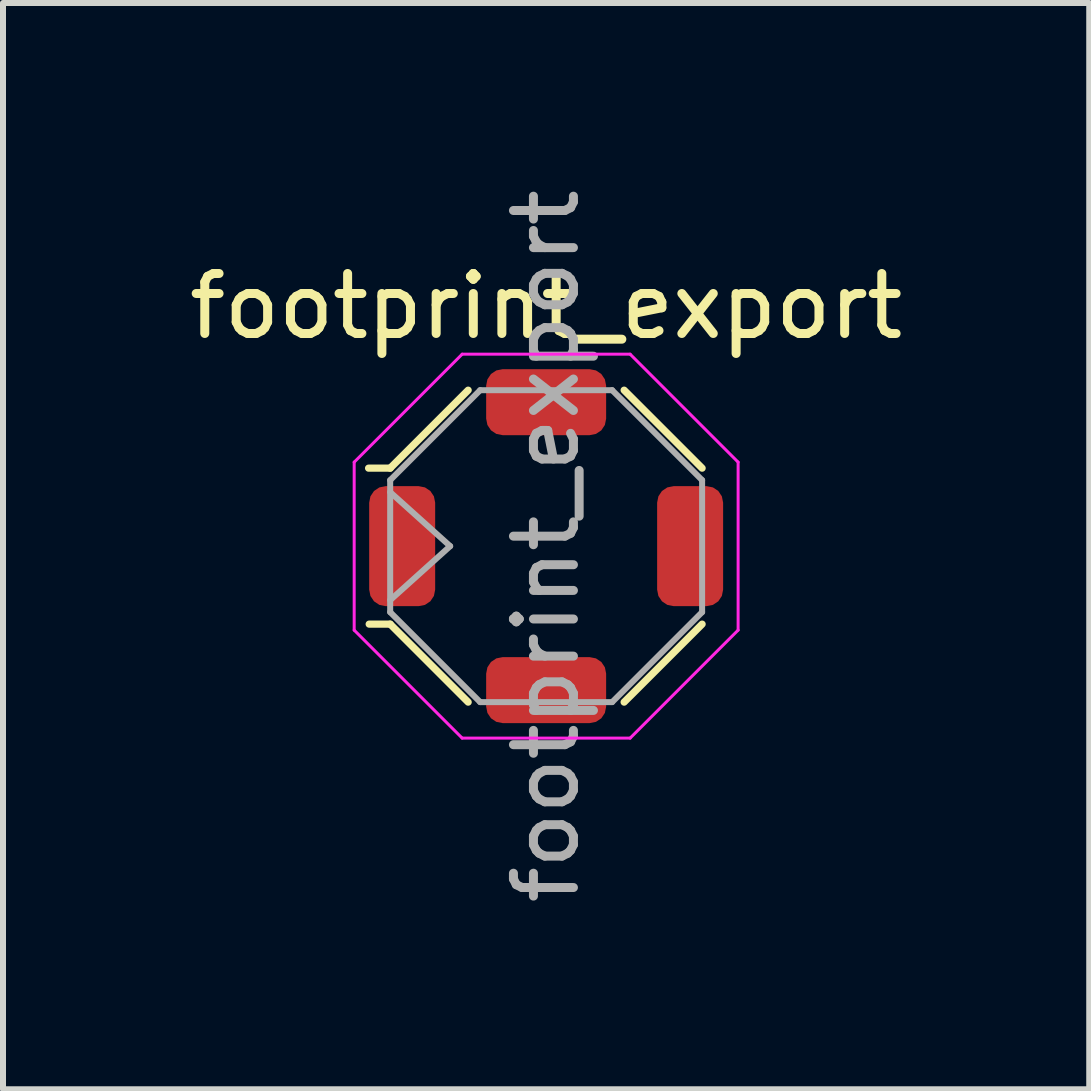
<source format=kicad_pcb>
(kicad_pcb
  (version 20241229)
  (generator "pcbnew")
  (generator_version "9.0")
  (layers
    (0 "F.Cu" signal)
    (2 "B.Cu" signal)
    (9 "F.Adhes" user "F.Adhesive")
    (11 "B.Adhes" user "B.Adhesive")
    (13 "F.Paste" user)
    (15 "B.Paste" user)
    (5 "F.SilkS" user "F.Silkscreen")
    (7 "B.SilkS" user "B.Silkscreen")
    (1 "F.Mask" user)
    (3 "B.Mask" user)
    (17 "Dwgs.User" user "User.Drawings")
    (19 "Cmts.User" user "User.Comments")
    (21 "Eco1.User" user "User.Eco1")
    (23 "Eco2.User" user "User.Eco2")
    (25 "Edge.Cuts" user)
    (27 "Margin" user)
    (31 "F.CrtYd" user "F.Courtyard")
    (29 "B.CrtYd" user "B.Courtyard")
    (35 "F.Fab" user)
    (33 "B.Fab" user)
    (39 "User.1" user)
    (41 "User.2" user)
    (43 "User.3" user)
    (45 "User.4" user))
  (footprint "footprint_export"
    (layer "F.Cu")
    (at 6.054 6.054)
    (property "Reference" "footprint_export" (at 0 -4 0) (unlocked yes) (layer "F.SilkS") (effects (font (size 1 1) (thickness 0.15))))
    (attr smd)
    (fp_line (start -2.6 -1.3) (end -2.96 -1.3) (stroke (width 0.12) (type solid)) (layer "F.SilkS"))
    (fp_line (start -2.6 -1.3) (end -1.3 -2.6) (stroke (width 0.12) (type solid)) (layer "F.SilkS"))
    (fp_line (start -2.6 1.3) (end -2.95 1.3) (stroke (width 0.12) (type solid)) (layer "F.SilkS"))
    (fp_line (start -1.3 2.6) (end -2.6 1.3) (stroke (width 0.12) (type solid)) (layer "F.SilkS"))
    (fp_line (start 1.3 -2.6) (end 2.6 -1.3) (stroke (width 0.12) (type solid)) (layer "F.SilkS"))
    (fp_line (start 1.3 2.6) (end 2.6 1.3) (stroke (width 0.12) (type solid)) (layer "F.SilkS"))
    (fp_line (start -3.2 1.4) (end -3.2 -1.4) (stroke (width 0.05) (type solid)) (layer "F.CrtYd"))
    (fp_line (start -3.2 1.4) (end -1.4 3.2) (stroke (width 0.05) (type solid)) (layer "F.CrtYd"))
    (fp_line (start -1.4 -3.2) (end -3.2 -1.4) (stroke (width 0.05) (type solid)) (layer "F.CrtYd"))
    (fp_line (start -1.4 -3.2) (end 1.4 -3.2) (stroke (width 0.05) (type solid)) (layer "F.CrtYd"))
    (fp_line (start 1.4 -3.2) (end 3.2 -1.4) (stroke (width 0.05) (type solid)) (layer "F.CrtYd"))
    (fp_line (start 1.4 3.2) (end -1.4 3.2) (stroke (width 0.05) (type solid)) (layer "F.CrtYd"))
    (fp_line (start 1.4 3.2) (end 3.2 1.4) (stroke (width 0.05) (type solid)) (layer "F.CrtYd"))
    (fp_line (start 3.2 -1.4) (end 3.2 1.4) (stroke (width 0.05) (type solid)) (layer "F.CrtYd"))
    (fp_line (start -2.6 -1.1) (end -1.1 -2.6) (stroke (width 0.1) (type solid)) (layer "F.Fab"))
    (fp_line (start -2.6 -0.9) (end -1.6 0) (stroke (width 0.1) (type solid)) (layer "F.Fab"))
    (fp_line (start -2.6 1.1) (end -2.6 -1.1) (stroke (width 0.1) (type solid)) (layer "F.Fab"))
    (fp_line (start -1.6 0) (end -2.6 0.9) (stroke (width 0.1) (type solid)) (layer "F.Fab"))
    (fp_line (start -1.1 -2.6) (end 1.1 -2.6) (stroke (width 0.1) (type solid)) (layer "F.Fab"))
    (fp_line (start -1.1 2.6) (end -2.6 1.1) (stroke (width 0.1) (type solid)) (layer "F.Fab"))
    (fp_line (start 1.1 -2.6) (end 2.6 -1.1) (stroke (width 0.1) (type solid)) (layer "F.Fab"))
    (fp_line (start 1.1 2.6) (end -1.1 2.6) (stroke (width 0.1) (type solid)) (layer "F.Fab"))
    (fp_line (start 2.6 -1.1) (end 2.6 1.1) (stroke (width 0.1) (type solid)) (layer "F.Fab"))
    (fp_line (start 2.6 1.1) (end 1.1 2.6) (stroke (width 0.1) (type solid)) (layer "F.Fab"))
    (fp_text user "${REFERENCE}" (at 0 0 90) (layer "F.Fab") (effects (font (size 1 1) (thickness 0.15))))
    (pad "1" smd roundrect (at -2.4 0) (size 1.1 2) (layers "F.Cu" "F.Mask" "F.Paste") (roundrect_rratio 0.25))
    (pad "2" smd roundrect (at 2.4 0) (size 1.1 2) (layers "F.Cu" "F.Mask" "F.Paste") (roundrect_rratio 0.25))
    (pad "MP" smd roundrect (at 0 -2.4 270) (size 1.1 2) (layers "F.Cu" "F.Mask" "F.Paste") (roundrect_rratio 0.25))
    (pad "MP" smd roundrect (at 0 2.4 90) (size 1.1 2) (layers "F.Cu" "F.Mask" "F.Paste") (roundrect_rratio 0.25)))
  (gr_rect
    (start -3 -3)
    (end 15.107 15.107)
    (stroke (width 0.1) (type default))
    (fill no)
    (layer "Edge.Cuts")))
</source>
